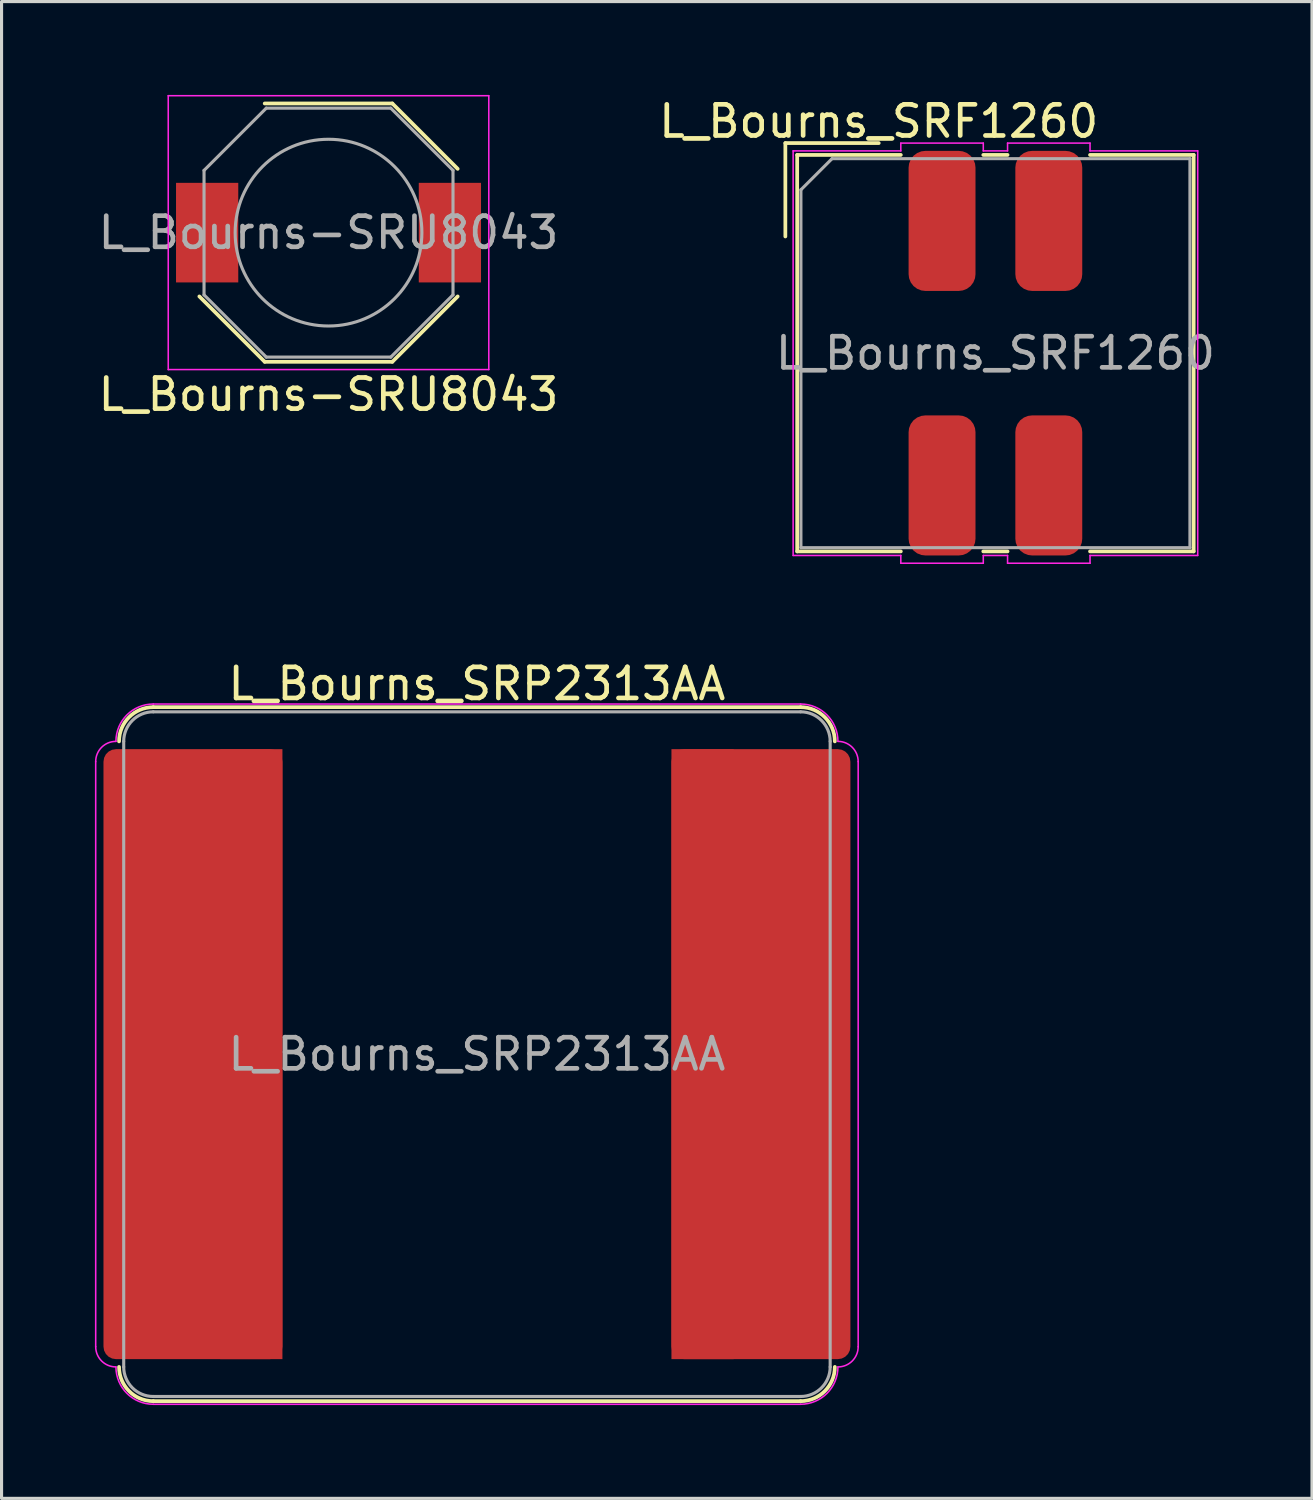
<source format=kicad_pcb>
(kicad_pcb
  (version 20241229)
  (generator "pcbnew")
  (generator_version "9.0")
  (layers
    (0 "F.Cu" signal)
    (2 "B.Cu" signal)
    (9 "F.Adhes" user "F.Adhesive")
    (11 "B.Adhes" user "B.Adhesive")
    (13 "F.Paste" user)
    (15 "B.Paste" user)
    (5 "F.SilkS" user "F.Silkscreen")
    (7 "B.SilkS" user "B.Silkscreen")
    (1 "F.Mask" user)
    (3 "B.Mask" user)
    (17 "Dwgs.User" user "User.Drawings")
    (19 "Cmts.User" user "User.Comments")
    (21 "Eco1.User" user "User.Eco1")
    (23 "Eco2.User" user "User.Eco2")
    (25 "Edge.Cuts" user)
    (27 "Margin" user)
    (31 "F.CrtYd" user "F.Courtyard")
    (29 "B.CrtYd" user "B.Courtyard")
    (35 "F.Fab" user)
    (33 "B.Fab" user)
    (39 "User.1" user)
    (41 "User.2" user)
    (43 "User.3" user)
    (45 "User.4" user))
  (footprint "L_Bourns_SRP2313AA"
    (layer "F.Cu")
    (at 12.275 30.822)
    (property "Reference" "L_Bourns_SRP2313AA" (at 0 -11.9 0) (layer "F.SilkS") (effects (font (size 1 1) (thickness 0.15))))
    (attr smd)
    (fp_line (start -10.4 -11.15) (end 10.4 -11.15) (stroke (width 0.12) (type solid)) (layer "F.SilkS"))
    (fp_line (start 10.4 11.15) (end -10.4 11.15) (stroke (width 0.12) (type solid)) (layer "F.SilkS"))
    (fp_arc (start -11.5 -10.05) (mid -11.177817 -10.827817) (end -10.4 -11.15) (stroke (width 0.12) (type solid)) (layer "F.SilkS"))
    (fp_arc (start -10.4 11.15) (mid -11.177817 10.827817) (end -11.5 10.05) (stroke (width 0.12) (type solid)) (layer "F.SilkS"))
    (fp_arc (start 10.4 -11.15) (mid 11.177817 -10.827817) (end 11.5 -10.05) (stroke (width 0.12) (type solid)) (layer "F.SilkS"))
    (fp_arc (start 11.5 10.05) (mid 11.177817 10.827817) (end 10.4 11.15) (stroke (width 0.12) (type solid)) (layer "F.SilkS"))
    (fp_line (start -12.25 9.4) (end -12.25 -9.4) (stroke (width 0.05) (type solid)) (layer "F.CrtYd"))
    (fp_line (start -10.4 -11.25) (end 10.4 -11.25) (stroke (width 0.05) (type solid)) (layer "F.CrtYd"))
    (fp_line (start 10.4 11.25) (end -10.4 11.25) (stroke (width 0.05) (type solid)) (layer "F.CrtYd"))
    (fp_line (start 12.25 -9.4) (end 12.25 9.4) (stroke (width 0.05) (type solid)) (layer "F.CrtYd"))
    (fp_arc (start -12.25 -9.4) (mid -12.059619 -9.859619) (end -11.6 -10.05) (stroke (width 0.05) (type solid)) (layer "F.CrtYd"))
    (fp_arc (start -11.6 -10.05) (mid -11.248528 -10.898528) (end -10.4 -11.25) (stroke (width 0.05) (type solid)) (layer "F.CrtYd"))
    (fp_arc (start -11.6 10.05) (mid -12.059619 9.859619) (end -12.25 9.4) (stroke (width 0.05) (type solid)) (layer "F.CrtYd"))
    (fp_arc (start -10.4 11.25) (mid -11.248528 10.898528) (end -11.6 10.05) (stroke (width 0.05) (type solid)) (layer "F.CrtYd"))
    (fp_arc (start 10.4 -11.25) (mid 11.248528 -10.898528) (end 11.6 -10.05) (stroke (width 0.05) (type solid)) (layer "F.CrtYd"))
    (fp_arc (start 11.6 -10.05) (mid 12.059619 -9.859619) (end 12.25 -9.4) (stroke (width 0.05) (type solid)) (layer "F.CrtYd"))
    (fp_arc (start 11.6 10.05) (mid 11.248528 10.898528) (end 10.4 11.25) (stroke (width 0.05) (type solid)) (layer "F.CrtYd"))
    (fp_arc (start 12.25 9.4) (mid 12.059619 9.859619) (end 11.6 10.05) (stroke (width 0.05) (type solid)) (layer "F.CrtYd"))
    (fp_line (start -11.35 -10.05) (end -11.35 10.05) (stroke (width 0.1) (type solid)) (layer "F.Fab"))
    (fp_line (start -10.4 -11) (end 10.4 -11) (stroke (width 0.1) (type solid)) (layer "F.Fab"))
    (fp_line (start 10.4 11) (end -10.4 11) (stroke (width 0.1) (type solid)) (layer "F.Fab"))
    (fp_line (start 11.35 -10.05) (end 11.35 10.05) (stroke (width 0.1) (type solid)) (layer "F.Fab"))
    (fp_arc (start -11.35 -10.05) (mid -11.071751 -10.721751) (end -10.4 -11) (stroke (width 0.1) (type solid)) (layer "F.Fab"))
    (fp_arc (start -10.4 11) (mid -11.071751 10.721751) (end -11.35 10.05) (stroke (width 0.1) (type solid)) (layer "F.Fab"))
    (fp_arc (start 10.4 -11) (mid 11.071751 -10.721751) (end 11.35 -10.05) (stroke (width 0.1) (type solid)) (layer "F.Fab"))
    (fp_arc (start 11.35 10.05) (mid 11.071751 10.721751) (end 10.4 11) (stroke (width 0.1) (type solid)) (layer "F.Fab"))
    (fp_text user "${REFERENCE}" (at 0 0 0) (layer "F.Fab") (effects (font (size 1 1) (thickness 0.15))))
    (pad "1" smd roundrect (at -9.125 0) (size 5.75 19.6) (layers "F.Cu" "F.Mask" "F.Paste") (roundrect_rratio 0.07))
    (pad "1" smd rect (at -7.25 0) (size 2 19.6) (layers "F.Cu" "F.Mask" "F.Paste"))
    (pad "2" smd rect (at 7.25 0) (size 2 19.6) (layers "F.Cu" "F.Mask" "F.Paste"))
    (pad "2" smd roundrect (at 9.125 0) (size 5.75 19.6) (layers "F.Cu" "F.Mask" "F.Paste") (roundrect_rratio 0.07)))
  (footprint "L_Bourns-SRU8043"
    (layer "F.Cu")
    (at 7.506 4.425)
    (property "Reference" "L_Bourns-SRU8043" (at 0 5.2 0) (layer "F.SilkS") (effects (font (size 1 1) (thickness 0.15))))
    (attr smd)
    (fp_line (start -2.05 -4.15) (end 2.05 -4.15) (stroke (width 0.12) (type solid)) (layer "F.SilkS"))
    (fp_line (start -2.05 4.15) (end -4.15 2.05) (stroke (width 0.12) (type solid)) (layer "F.SilkS"))
    (fp_line (start 2.05 -4.15) (end 4.15 -2.05) (stroke (width 0.12) (type solid)) (layer "F.SilkS"))
    (fp_line (start 2.05 4.15) (end -2.05 4.15) (stroke (width 0.12) (type solid)) (layer "F.SilkS"))
    (fp_line (start 2.05 4.15) (end 4.15 2.05) (stroke (width 0.12) (type solid)) (layer "F.SilkS"))
    (fp_line (start -5.15 -4.4) (end 5.15 -4.4) (stroke (width 0.05) (type solid)) (layer "F.CrtYd"))
    (fp_line (start -5.15 4.4) (end -5.15 -4.4) (stroke (width 0.05) (type solid)) (layer "F.CrtYd"))
    (fp_line (start 5.15 -4.4) (end 5.15 4.4) (stroke (width 0.05) (type solid)) (layer "F.CrtYd"))
    (fp_line (start 5.15 4.4) (end -5.15 4.4) (stroke (width 0.05) (type solid)) (layer "F.CrtYd"))
    (fp_line (start -4 -2) (end -2 -4) (stroke (width 0.1) (type solid)) (layer "F.Fab"))
    (fp_line (start -4 2) (end -4 -2) (stroke (width 0.1) (type solid)) (layer "F.Fab"))
    (fp_line (start -2 -4) (end 2 -4) (stroke (width 0.1) (type solid)) (layer "F.Fab"))
    (fp_line (start -2 4) (end -4 2) (stroke (width 0.1) (type solid)) (layer "F.Fab"))
    (fp_line (start 2 -4) (end 4 -2) (stroke (width 0.1) (type solid)) (layer "F.Fab"))
    (fp_line (start 2 4) (end -2 4) (stroke (width 0.1) (type solid)) (layer "F.Fab"))
    (fp_line (start 4 -2) (end 4 2) (stroke (width 0.1) (type solid)) (layer "F.Fab"))
    (fp_line (start 4 2) (end 2 4) (stroke (width 0.1) (type solid)) (layer "F.Fab"))
    (fp_circle (center 0 0) (end 0 -3) (stroke (width 0.1) (type solid)) (fill no) (layer "F.Fab"))
    (fp_text user "${REFERENCE}" (at 0 0 0) (layer "F.Fab") (effects (font (size 1 1) (thickness 0.15))))
    (pad "1" smd rect (at -3.9 0) (size 2 3.2) (layers "F.Cu" "F.Mask" "F.Paste"))
    (pad "2" smd rect (at 3.9 0) (size 2 3.2) (layers "F.Cu" "F.Mask" "F.Paste")))
  (footprint "L_Bourns_SRF1260"
    (layer "F.Cu")
    (at 28.935 8.298)
    (property "Reference" "L_Bourns_SRF1260" (at -3.75 -7.45 0) (layer "F.SilkS") (effects (font (size 1 1) (thickness 0.15))))
    (attr smd)
    (fp_line (start -6.75 -6.75) (end -3.75 -6.75) (stroke (width 0.12) (type solid)) (layer "F.SilkS"))
    (fp_line (start -6.75 -3.75) (end -6.75 -6.75) (stroke (width 0.12) (type solid)) (layer "F.SilkS"))
    (fp_line (start -6.37 -6.37) (end -6.37 6.37) (stroke (width 0.12) (type solid)) (layer "F.SilkS"))
    (fp_line (start -6.37 -6.37) (end -3.04 -6.37) (stroke (width 0.12) (type solid)) (layer "F.SilkS"))
    (fp_line (start -6.37 6.37) (end -3.04 6.37) (stroke (width 0.12) (type solid)) (layer "F.SilkS"))
    (fp_line (start -0.39 -6.37) (end 0.39 -6.37) (stroke (width 0.12) (type solid)) (layer "F.SilkS"))
    (fp_line (start -0.39 6.37) (end 0.39 6.37) (stroke (width 0.12) (type solid)) (layer "F.SilkS"))
    (fp_line (start 3.04 -6.37) (end 6.37 -6.37) (stroke (width 0.12) (type solid)) (layer "F.SilkS"))
    (fp_line (start 3.04 6.37) (end 6.37 6.37) (stroke (width 0.12) (type solid)) (layer "F.SilkS"))
    (fp_line (start 6.37 -6.37) (end 6.37 6.37) (stroke (width 0.12) (type solid)) (layer "F.SilkS"))
    (fp_line (start -6.5 -6.5) (end -6.5 6.5) (stroke (width 0.05) (type solid)) (layer "F.CrtYd"))
    (fp_line (start -6.5 -6.5) (end -3.04 -6.5) (stroke (width 0.05) (type solid)) (layer "F.CrtYd"))
    (fp_line (start -6.5 6.5) (end -3.04 6.5) (stroke (width 0.05) (type solid)) (layer "F.CrtYd"))
    (fp_line (start -3.04 -6.75) (end -0.39 -6.75) (stroke (width 0.05) (type solid)) (layer "F.CrtYd"))
    (fp_line (start -3.04 -6.5) (end -3.04 -6.75) (stroke (width 0.05) (type solid)) (layer "F.CrtYd"))
    (fp_line (start -3.04 6.5) (end -3.04 6.75) (stroke (width 0.05) (type solid)) (layer "F.CrtYd"))
    (fp_line (start -3.04 6.75) (end -0.39 6.75) (stroke (width 0.05) (type solid)) (layer "F.CrtYd"))
    (fp_line (start -0.39 -6.75) (end -0.39 -6.5) (stroke (width 0.05) (type solid)) (layer "F.CrtYd"))
    (fp_line (start -0.39 -6.5) (end 0.39 -6.5) (stroke (width 0.05) (type solid)) (layer "F.CrtYd"))
    (fp_line (start -0.39 6.5) (end 0.39 6.5) (stroke (width 0.05) (type solid)) (layer "F.CrtYd"))
    (fp_line (start -0.39 6.75) (end -0.39 6.5) (stroke (width 0.05) (type solid)) (layer "F.CrtYd"))
    (fp_line (start 0.39 -6.75) (end 3.04 -6.75) (stroke (width 0.05) (type solid)) (layer "F.CrtYd"))
    (fp_line (start 0.39 -6.5) (end 0.39 -6.75) (stroke (width 0.05) (type solid)) (layer "F.CrtYd"))
    (fp_line (start 0.39 6.5) (end 0.39 6.75) (stroke (width 0.05) (type solid)) (layer "F.CrtYd"))
    (fp_line (start 0.39 6.75) (end 3.04 6.75) (stroke (width 0.05) (type solid)) (layer "F.CrtYd"))
    (fp_line (start 3.04 -6.75) (end 3.04 -6.5) (stroke (width 0.05) (type solid)) (layer "F.CrtYd"))
    (fp_line (start 3.04 -6.5) (end 6.5 -6.5) (stroke (width 0.05) (type solid)) (layer "F.CrtYd"))
    (fp_line (start 3.04 6.5) (end 6.5 6.5) (stroke (width 0.05) (type solid)) (layer "F.CrtYd"))
    (fp_line (start 3.04 6.75) (end 3.04 6.5) (stroke (width 0.05) (type solid)) (layer "F.CrtYd"))
    (fp_line (start 6.5 -6.5) (end 6.5 6.5) (stroke (width 0.05) (type solid)) (layer "F.CrtYd"))
    (fp_line (start -6.25 -5.25) (end -5.25 -6.25) (stroke (width 0.1) (type solid)) (layer "F.Fab"))
    (fp_line (start -6.25 6.25) (end -6.25 -5.25) (stroke (width 0.1) (type solid)) (layer "F.Fab"))
    (fp_line (start -5.25 -6.25) (end 6.25 -6.25) (stroke (width 0.1) (type solid)) (layer "F.Fab"))
    (fp_line (start 6.25 -6.25) (end 6.25 6.25) (stroke (width 0.1) (type solid)) (layer "F.Fab"))
    (fp_line (start 6.25 6.25) (end -6.25 6.25) (stroke (width 0.1) (type solid)) (layer "F.Fab"))
    (fp_text user "${REFERENCE}" (at 0 0 0) (layer "F.Fab") (effects (font (size 1 1) (thickness 0.15))))
    (pad "1" smd roundrect (at -1.715 -4.25) (size 2.15 4.5) (layers "F.Cu" "F.Mask" "F.Paste") (roundrect_rratio 0.25))
    (pad "2" smd roundrect (at 1.715 -4.25) (size 2.15 4.5) (layers "F.Cu" "F.Mask" "F.Paste") (roundrect_rratio 0.25))
    (pad "3" smd roundrect (at 1.715 4.25) (size 2.15 4.5) (layers "F.Cu" "F.Mask" "F.Paste") (roundrect_rratio 0.25))
    (pad "4" smd roundrect (at -1.715 4.25) (size 2.15 4.5) (layers "F.Cu" "F.Mask" "F.Paste") (roundrect_rratio 0.25)))
  (gr_rect
    (start -3 -3)
    (end 39.107 45.096)
    (stroke (width 0.1) (type default))
    (fill no)
    (layer "Edge.Cuts")))
</source>
